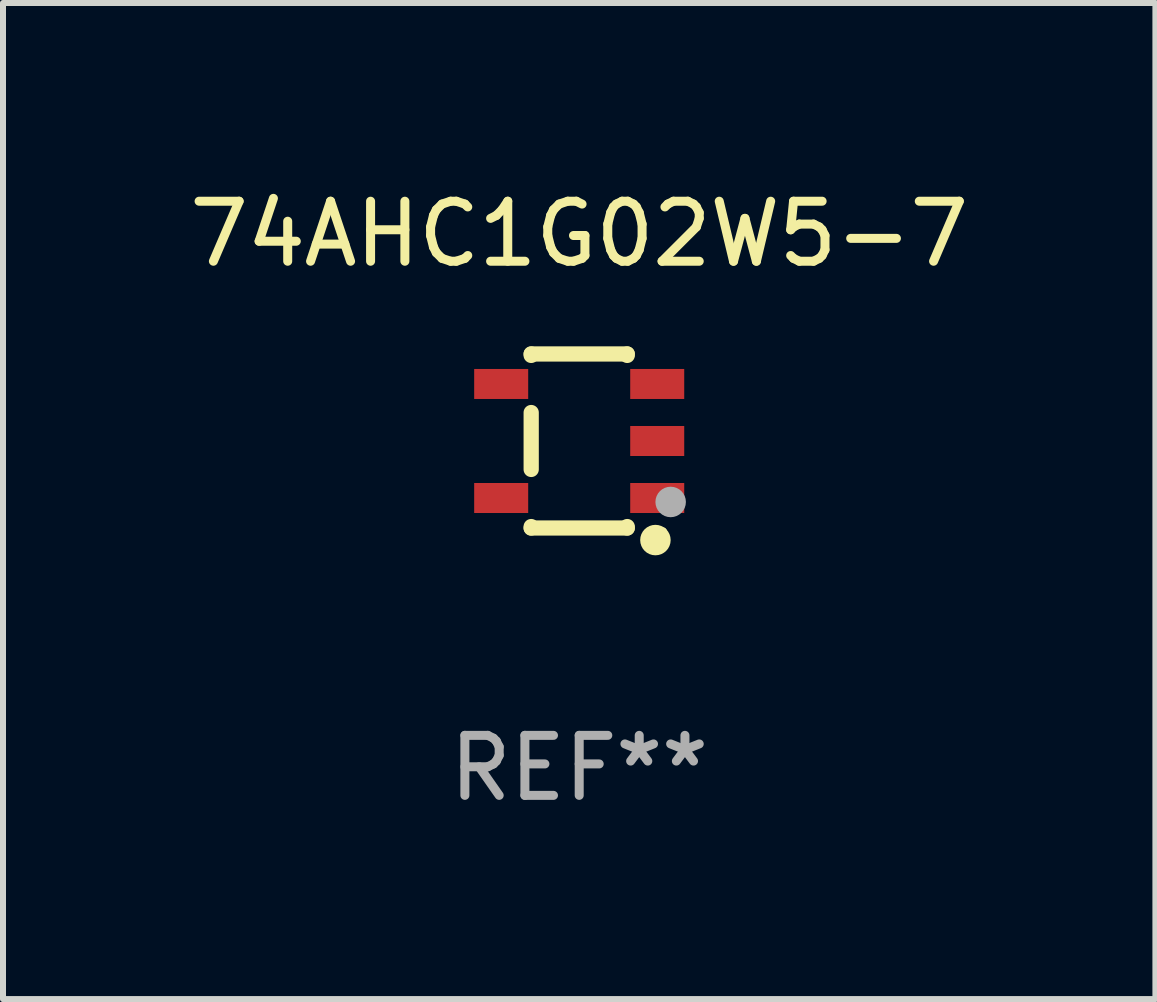
<source format=kicad_pcb>
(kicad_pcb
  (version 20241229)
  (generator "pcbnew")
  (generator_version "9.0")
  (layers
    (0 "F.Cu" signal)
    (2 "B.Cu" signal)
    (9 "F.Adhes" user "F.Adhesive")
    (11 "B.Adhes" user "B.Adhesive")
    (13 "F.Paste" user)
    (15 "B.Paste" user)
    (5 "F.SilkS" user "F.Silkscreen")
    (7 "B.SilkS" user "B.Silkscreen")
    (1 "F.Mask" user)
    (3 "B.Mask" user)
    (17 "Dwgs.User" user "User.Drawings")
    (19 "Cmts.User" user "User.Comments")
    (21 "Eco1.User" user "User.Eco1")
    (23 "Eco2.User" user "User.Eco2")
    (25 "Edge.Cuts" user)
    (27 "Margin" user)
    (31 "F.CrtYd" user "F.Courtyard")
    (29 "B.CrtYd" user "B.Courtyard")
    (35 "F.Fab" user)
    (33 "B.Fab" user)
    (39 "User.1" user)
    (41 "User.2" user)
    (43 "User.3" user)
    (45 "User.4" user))
  (footprint "74AHC1G02W5-7"
    (layer "F.Cu")
    (at 6.601 4.298)
    (property "Reference" "74AHC1G02W5-7" (at 0 -3.45 0) (layer "F.SilkS") (effects (font (size 1 1) (thickness 0.15))))
    (attr through_hole)
    (fp_line (start -0.8 -1.45) (end -0.8 -1.426) (stroke (width 0.254) (type solid)) (layer "F.SilkS"))
    (fp_line (start -0.8 -0.474) (end -0.8 0.474) (stroke (width 0.254) (type solid)) (layer "F.SilkS"))
    (fp_line (start -0.8 1.426) (end -0.8 1.45) (stroke (width 0.254) (type solid)) (layer "F.SilkS"))
    (fp_line (start 0.8 -1.45) (end -0.8 -1.45) (stroke (width 0.254) (type solid)) (layer "F.SilkS"))
    (fp_line (start 0.8 -1.426) (end 0.8 -1.45) (stroke (width 0.254) (type solid)) (layer "F.SilkS"))
    (fp_line (start 0.8 1.45) (end -0.8 1.45) (stroke (width 0.254) (type solid)) (layer "F.SilkS"))
    (fp_line (start 0.8 1.45) (end 0.8 1.426) (stroke (width 0.254) (type solid)) (layer "F.SilkS"))
    (fp_circle (center 1.27 1.651) (end 1.397 1.651) (stroke (width 0.254) (type solid)) (fill no) (layer "F.SilkS"))
    (fp_circle (center 1.4 1.5) (end 1.43 1.5) (stroke (width 0.06) (type solid)) (fill no) (layer "F.SilkS"))
    (fp_circle (center 1.524 1.016) (end 1.651 1.016) (stroke (width 0.254) (type solid)) (fill no) (layer "F.Fab"))
    (fp_text user "REF**" (at 0 5.45 0) (layer "F.Fab") (effects (font (size 1 1) (thickness 0.15))))
    (pad "1" smd rect (at 1.3 0.95 90) (size 0.5 0.9) (layers "F.Cu" "F.Mask" "F.Paste"))
    (pad "2" smd rect (at 1.3 0.000051 90) (size 0.5 0.9) (layers "F.Cu" "F.Mask" "F.Paste"))
    (pad "3" smd rect (at 1.3 -0.95 90) (size 0.5 0.9) (layers "F.Cu" "F.Mask" "F.Paste"))
    (pad "4" smd rect (at -1.3 -0.95 90) (size 0.5 0.9) (layers "F.Cu" "F.Mask" "F.Paste"))
    (pad "5" smd rect (at -1.3 0.95 90) (size 0.5 0.9) (layers "F.Cu" "F.Mask" "F.Paste")))
  (gr_rect
    (start -3 -3)
    (end 16.202 13.597)
    (stroke (width 0.1) (type default))
    (fill no)
    (layer "Edge.Cuts")))
</source>
